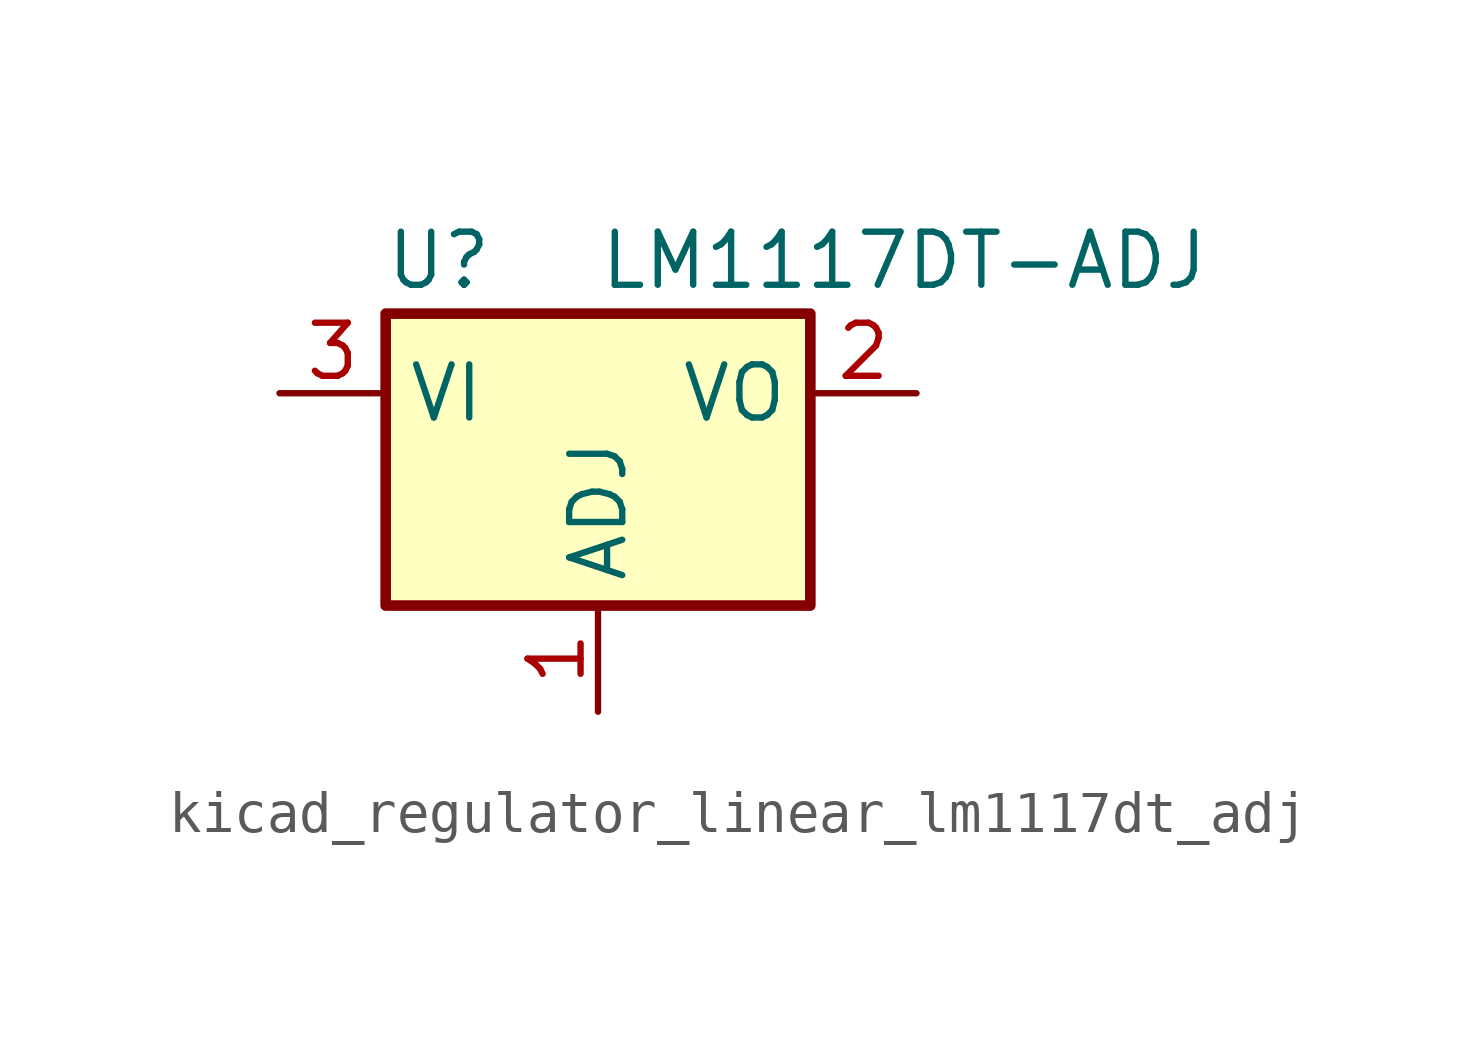
<source format=kicad_sym>
(kicad_symbol_lib
  (version 20220914)
  (generator kicad_symbol_editor)
  (symbol "kicad_regulator_linear_lm1117dt_adj"
    (property "Reference" "U"
      (at -3.81 3.175 0)
      (effects (font (size 1.27 1.27))))
    (property "Value" "LM1117DT-ADJ"
      (at 0 3.175 0)
      (effects (font (size 1.27 1.27)) (justify left)))
    (symbol "kicad_regulator_linear_lm1117dt_adj_0_1"
      (rectangle (start -5.08 -5.08) (end 5.08 1.905) (stroke (width 0.254) (type default)) (fill (type background))))
    (symbol "kicad_regulator_linear_lm1117dt_adj_1_1"
      (pin input line (at 0 -7.62 90) (length 2.54) (name "ADJ" (effects (font (size 1.27 1.27)))) (number "1" (effects (font (size 1.27 1.27)))))
      (pin power_out line (at 7.62 0 180) (length 2.54) (name "VO" (effects (font (size 1.27 1.27)))) (number "2" (effects (font (size 1.27 1.27)))))
      (pin power_in line (at -7.62 0 0) (length 2.54) (name "VI" (effects (font (size 1.27 1.27)))) (number "3" (effects (font (size 1.27 1.27))))))))
</source>
